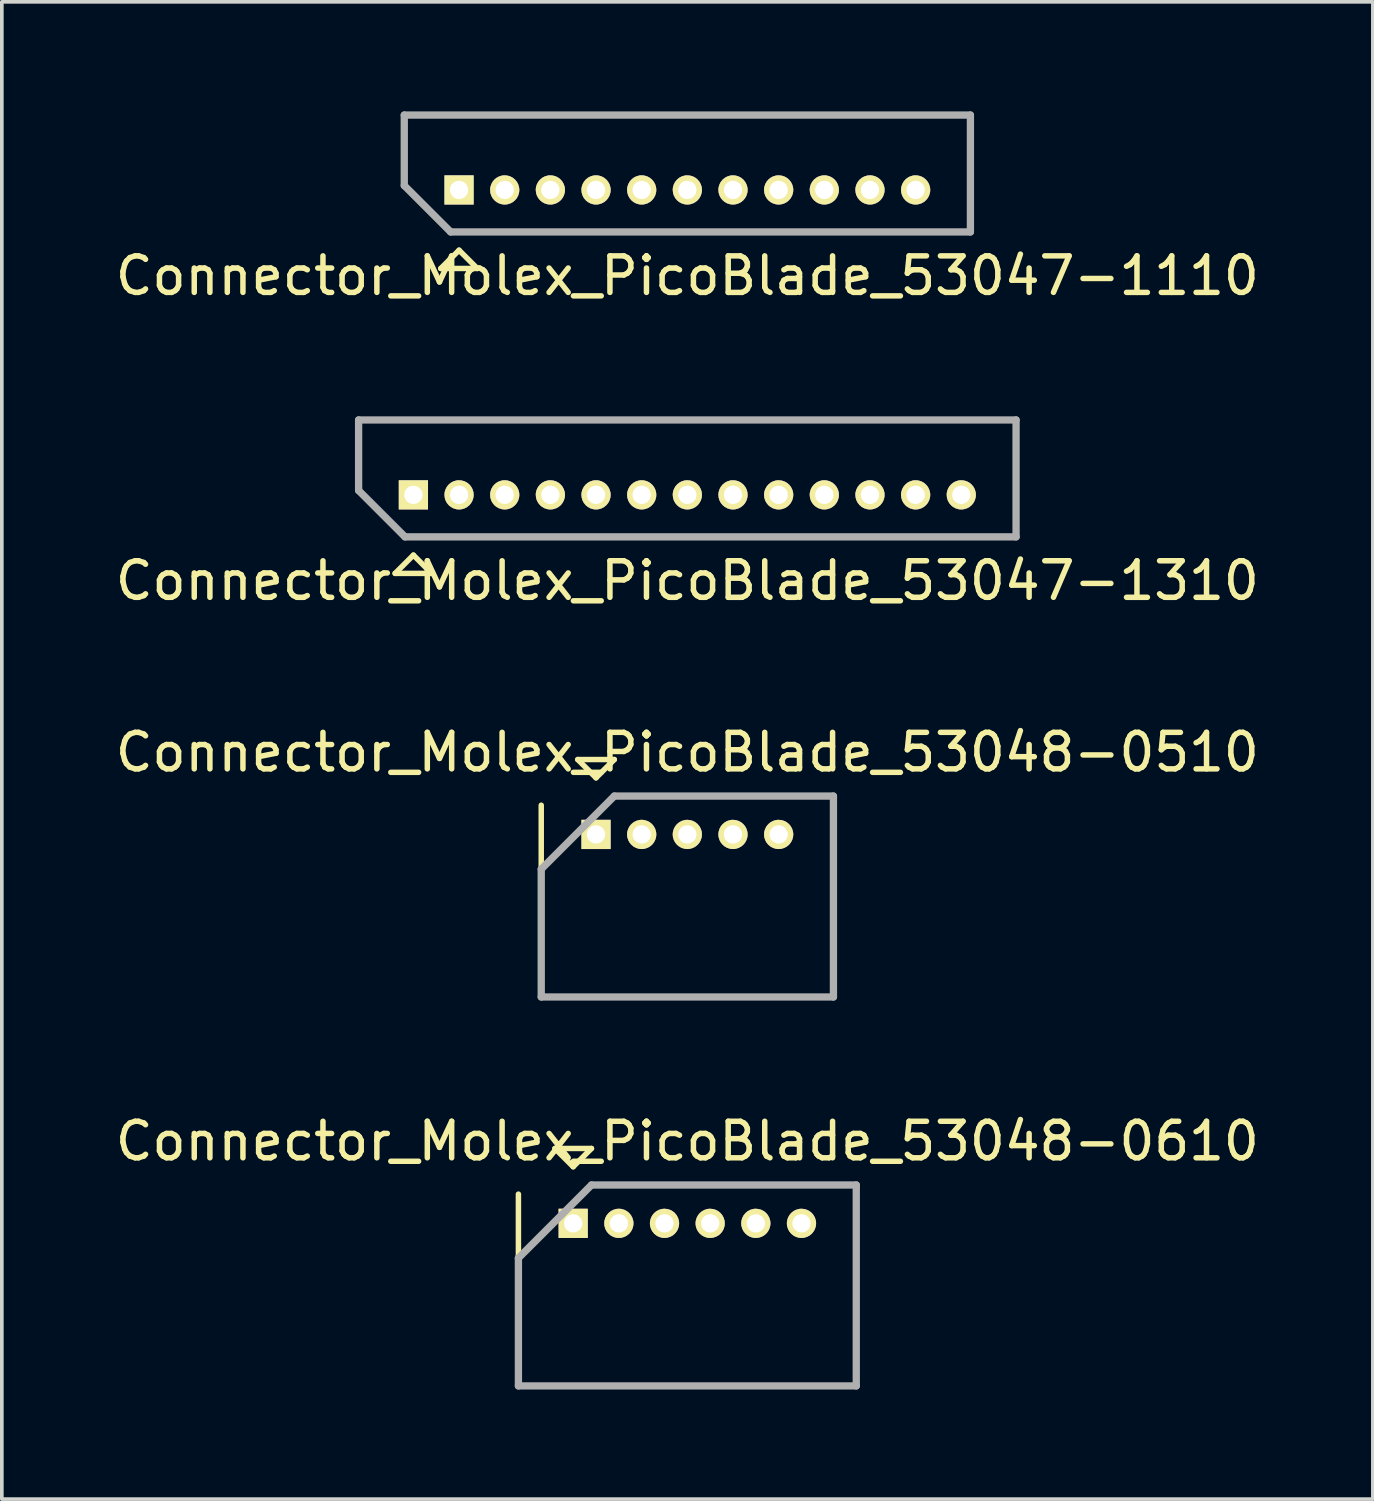
<source format=kicad_pcb>
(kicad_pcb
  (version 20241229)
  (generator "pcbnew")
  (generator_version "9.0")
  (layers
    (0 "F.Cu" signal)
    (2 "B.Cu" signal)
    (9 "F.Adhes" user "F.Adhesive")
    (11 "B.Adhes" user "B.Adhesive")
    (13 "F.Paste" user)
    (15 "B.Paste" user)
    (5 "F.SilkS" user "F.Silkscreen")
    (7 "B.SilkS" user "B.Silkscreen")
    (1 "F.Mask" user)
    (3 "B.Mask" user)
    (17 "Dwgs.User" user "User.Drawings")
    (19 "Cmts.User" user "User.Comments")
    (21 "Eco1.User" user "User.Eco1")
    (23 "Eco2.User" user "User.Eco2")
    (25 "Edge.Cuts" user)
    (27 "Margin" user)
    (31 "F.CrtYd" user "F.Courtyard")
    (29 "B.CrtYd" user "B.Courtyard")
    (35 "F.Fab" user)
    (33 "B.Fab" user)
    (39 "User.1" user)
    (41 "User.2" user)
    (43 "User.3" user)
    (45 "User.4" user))
  (footprint "Connector_Molex_PicoBlade_53047-1310"
    (layer "F.Cu")
    (at 8.268 10.498)
    (property "Reference" "Connector_Molex_PicoBlade_53047-1310" (at 7.5 2.35 0) (layer "F.SilkS") (effects (font (size 1 1) (thickness 0.15))))
    (attr through_hole)
    (fp_line (start -1.5 -2.05) (end 16.5 -2.05) (stroke (width 0.15) (type solid)) (layer "F.SilkS"))
    (fp_line (start -1.5 -0.12) (end -1.5 -2.05) (stroke (width 0.15) (type solid)) (layer "F.SilkS"))
    (fp_line (start -0.5 2.15) (end 0 1.65) (stroke (width 0.15) (type solid)) (layer "F.SilkS"))
    (fp_line (start 0 1.65) (end 0.5 2.15) (stroke (width 0.15) (type solid)) (layer "F.SilkS"))
    (fp_line (start 0.5 2.15) (end -0.5 2.15) (stroke (width 0.15) (type solid)) (layer "F.SilkS"))
    (fp_line (start 16.5 -2.05) (end 16.5 1.15) (stroke (width 0.15) (type solid)) (layer "F.SilkS"))
    (fp_line (start 16.5 1.15) (end -0.23 1.15) (stroke (width 0.15) (type solid)) (layer "F.SilkS"))
    (fp_line (start -1.5 -2.05) (end 16.5 -2.05) (stroke (width 0.2) (type solid)) (layer "F.Fab"))
    (fp_line (start -1.5 -0.12) (end -1.5 -2.05) (stroke (width 0.2) (type solid)) (layer "F.Fab"))
    (fp_line (start -0.23 1.15) (end -1.5 -0.12) (stroke (width 0.2) (type solid)) (layer "F.Fab"))
    (fp_line (start 16.5 -2.05) (end 16.5 1.15) (stroke (width 0.2) (type solid)) (layer "F.Fab"))
    (fp_line (start 16.5 1.15) (end -0.23 1.15) (stroke (width 0.2) (type solid)) (layer "F.Fab"))
    (pad "1" thru_hole rect (at 0 0) (size 0.8 0.8) (drill 0.5) (layers "*.Cu" "*.Mask" "F.SilkS"))
    (pad "2" thru_hole oval (at 1.25 0) (size 0.8 0.8) (drill 0.5) (layers "*.Cu" "*.Mask" "F.SilkS"))
    (pad "3" thru_hole oval (at 2.5 0) (size 0.8 0.8) (drill 0.5) (layers "*.Cu" "*.Mask" "F.SilkS"))
    (pad "4" thru_hole oval (at 3.75 0) (size 0.8 0.8) (drill 0.5) (layers "*.Cu" "*.Mask" "F.SilkS"))
    (pad "5" thru_hole oval (at 5 0) (size 0.8 0.8) (drill 0.5) (layers "*.Cu" "*.Mask" "F.SilkS"))
    (pad "6" thru_hole oval (at 6.25 0) (size 0.8 0.8) (drill 0.5) (layers "*.Cu" "*.Mask" "F.SilkS"))
    (pad "7" thru_hole oval (at 7.5 0) (size 0.8 0.8) (drill 0.5) (layers "*.Cu" "*.Mask" "F.SilkS"))
    (pad "8" thru_hole oval (at 8.75 0) (size 0.8 0.8) (drill 0.5) (layers "*.Cu" "*.Mask" "F.SilkS"))
    (pad "9" thru_hole oval (at 10 0) (size 0.8 0.8) (drill 0.5) (layers "*.Cu" "*.Mask" "F.SilkS"))
    (pad "10" thru_hole oval (at 11.25 0) (size 0.8 0.8) (drill 0.5) (layers "*.Cu" "*.Mask" "F.SilkS"))
    (pad "11" thru_hole oval (at 12.5 0) (size 0.8 0.8) (drill 0.5) (layers "*.Cu" "*.Mask" "F.SilkS"))
    (pad "12" thru_hole oval (at 13.75 0) (size 0.8 0.8) (drill 0.5) (layers "*.Cu" "*.Mask" "F.SilkS"))
    (pad "13" thru_hole oval (at 15 0) (size 0.8 0.8) (drill 0.5) (layers "*.Cu" "*.Mask" "F.SilkS")))
  (footprint "Connector_Molex_PicoBlade_53048-0610"
    (layer "F.Cu")
    (at 12.643 30.443)
    (property "Reference" "Connector_Molex_PicoBlade_53048-0610" (at 3.125 -2.25 0) (layer "F.SilkS") (effects (font (size 1 1) (thickness 0.15))))
    (attr through_hole)
    (fp_line (start -1.5 -0.8) (end -1.5 4.45) (stroke (width 0.15) (type solid)) (layer "F.SilkS"))
    (fp_line (start -1.5 4.45) (end 7.75 4.45) (stroke (width 0.15) (type solid)) (layer "F.SilkS"))
    (fp_line (start -0.5 -2.05) (end 0.5 -2.05) (stroke (width 0.15) (type solid)) (layer "F.SilkS"))
    (fp_line (start 0 -1.55) (end -0.5 -2.05) (stroke (width 0.15) (type solid)) (layer "F.SilkS"))
    (fp_line (start 0.5 -2.05) (end 0 -1.55) (stroke (width 0.15) (type solid)) (layer "F.SilkS"))
    (fp_line (start 7.75 4.45) (end 7.75 0.8) (stroke (width 0.15) (type solid)) (layer "F.SilkS"))
    (fp_line (start -1.5 0.95) (end -1.5 4.45) (stroke (width 0.2) (type solid)) (layer "F.Fab"))
    (fp_line (start -1.5 4.45) (end 7.75 4.45) (stroke (width 0.2) (type solid)) (layer "F.Fab"))
    (fp_line (start 0.5 -1.05) (end -1.5 0.95) (stroke (width 0.2) (type solid)) (layer "F.Fab"))
    (fp_line (start 7.75 -1.05) (end 0.5 -1.05) (stroke (width 0.2) (type solid)) (layer "F.Fab"))
    (fp_line (start 7.75 4.45) (end 7.75 -1.05) (stroke (width 0.2) (type solid)) (layer "F.Fab"))
    (pad "1" thru_hole rect (at 0 0) (size 0.8 0.8) (drill 0.5) (layers "*.Cu" "*.Mask" "F.SilkS"))
    (pad "2" thru_hole oval (at 1.25 0) (size 0.8 0.8) (drill 0.5) (layers "*.Cu" "*.Mask" "F.SilkS"))
    (pad "3" thru_hole oval (at 2.5 0) (size 0.8 0.8) (drill 0.5) (layers "*.Cu" "*.Mask" "F.SilkS"))
    (pad "4" thru_hole oval (at 3.75 0) (size 0.8 0.8) (drill 0.5) (layers "*.Cu" "*.Mask" "F.SilkS"))
    (pad "5" thru_hole oval (at 5 0) (size 0.8 0.8) (drill 0.5) (layers "*.Cu" "*.Mask" "F.SilkS"))
    (pad "6" thru_hole oval (at 6.25 0) (size 0.8 0.8) (drill 0.5) (layers "*.Cu" "*.Mask" "F.SilkS")))
  (footprint "Connector_Molex_PicoBlade_53047-1110"
    (layer "F.Cu")
    (at 9.518 2.15)
    (property "Reference" "Connector_Molex_PicoBlade_53047-1110" (at 6.25 2.35 0) (layer "F.SilkS") (effects (font (size 1 1) (thickness 0.15))))
    (attr through_hole)
    (fp_line (start -1.5 -2.05) (end 14 -2.05) (stroke (width 0.15) (type solid)) (layer "F.SilkS"))
    (fp_line (start -1.5 -0.12) (end -1.5 -2.05) (stroke (width 0.15) (type solid)) (layer "F.SilkS"))
    (fp_line (start -0.5 2.15) (end 0 1.65) (stroke (width 0.15) (type solid)) (layer "F.SilkS"))
    (fp_line (start 0 1.65) (end 0.5 2.15) (stroke (width 0.15) (type solid)) (layer "F.SilkS"))
    (fp_line (start 0.5 2.15) (end -0.5 2.15) (stroke (width 0.15) (type solid)) (layer "F.SilkS"))
    (fp_line (start 14 -2.05) (end 14 1.15) (stroke (width 0.15) (type solid)) (layer "F.SilkS"))
    (fp_line (start 14 1.15) (end -0.23 1.15) (stroke (width 0.15) (type solid)) (layer "F.SilkS"))
    (fp_line (start -1.5 -2.05) (end 14 -2.05) (stroke (width 0.2) (type solid)) (layer "F.Fab"))
    (fp_line (start -1.5 -0.12) (end -1.5 -2.05) (stroke (width 0.2) (type solid)) (layer "F.Fab"))
    (fp_line (start -0.23 1.15) (end -1.5 -0.12) (stroke (width 0.2) (type solid)) (layer "F.Fab"))
    (fp_line (start 14 -2.05) (end 14 1.15) (stroke (width 0.2) (type solid)) (layer "F.Fab"))
    (fp_line (start 14 1.15) (end -0.23 1.15) (stroke (width 0.2) (type solid)) (layer "F.Fab"))
    (pad "1" thru_hole rect (at 0 0) (size 0.8 0.8) (drill 0.5) (layers "*.Cu" "*.Mask" "F.SilkS"))
    (pad "2" thru_hole oval (at 1.25 0) (size 0.8 0.8) (drill 0.5) (layers "*.Cu" "*.Mask" "F.SilkS"))
    (pad "3" thru_hole oval (at 2.5 0) (size 0.8 0.8) (drill 0.5) (layers "*.Cu" "*.Mask" "F.SilkS"))
    (pad "4" thru_hole oval (at 3.75 0) (size 0.8 0.8) (drill 0.5) (layers "*.Cu" "*.Mask" "F.SilkS"))
    (pad "5" thru_hole oval (at 5 0) (size 0.8 0.8) (drill 0.5) (layers "*.Cu" "*.Mask" "F.SilkS"))
    (pad "6" thru_hole oval (at 6.25 0) (size 0.8 0.8) (drill 0.5) (layers "*.Cu" "*.Mask" "F.SilkS"))
    (pad "7" thru_hole oval (at 7.5 0) (size 0.8 0.8) (drill 0.5) (layers "*.Cu" "*.Mask" "F.SilkS"))
    (pad "8" thru_hole oval (at 8.75 0) (size 0.8 0.8) (drill 0.5) (layers "*.Cu" "*.Mask" "F.SilkS"))
    (pad "9" thru_hole oval (at 10 0) (size 0.8 0.8) (drill 0.5) (layers "*.Cu" "*.Mask" "F.SilkS"))
    (pad "10" thru_hole oval (at 11.25 0) (size 0.8 0.8) (drill 0.5) (layers "*.Cu" "*.Mask" "F.SilkS"))
    (pad "11" thru_hole oval (at 12.5 0) (size 0.8 0.8) (drill 0.5) (layers "*.Cu" "*.Mask" "F.SilkS")))
  (footprint "Connector_Molex_PicoBlade_53048-0510"
    (layer "F.Cu")
    (at 13.268 19.795)
    (property "Reference" "Connector_Molex_PicoBlade_53048-0510" (at 2.5 -2.25 0) (layer "F.SilkS") (effects (font (size 1 1) (thickness 0.15))))
    (attr through_hole)
    (fp_line (start -1.5 -0.8) (end -1.5 4.45) (stroke (width 0.15) (type solid)) (layer "F.SilkS"))
    (fp_line (start -1.5 4.45) (end 6.5 4.45) (stroke (width 0.15) (type solid)) (layer "F.SilkS"))
    (fp_line (start -0.5 -2.05) (end 0.5 -2.05) (stroke (width 0.15) (type solid)) (layer "F.SilkS"))
    (fp_line (start 0 -1.55) (end -0.5 -2.05) (stroke (width 0.15) (type solid)) (layer "F.SilkS"))
    (fp_line (start 0.5 -2.05) (end 0 -1.55) (stroke (width 0.15) (type solid)) (layer "F.SilkS"))
    (fp_line (start 6.5 4.45) (end 6.5 0.8) (stroke (width 0.15) (type solid)) (layer "F.SilkS"))
    (fp_line (start -1.5 0.95) (end -1.5 4.45) (stroke (width 0.2) (type solid)) (layer "F.Fab"))
    (fp_line (start -1.5 4.45) (end 6.5 4.45) (stroke (width 0.2) (type solid)) (layer "F.Fab"))
    (fp_line (start 0.5 -1.05) (end -1.5 0.95) (stroke (width 0.2) (type solid)) (layer "F.Fab"))
    (fp_line (start 6.5 -1.05) (end 0.5 -1.05) (stroke (width 0.2) (type solid)) (layer "F.Fab"))
    (fp_line (start 6.5 4.45) (end 6.5 -1.05) (stroke (width 0.2) (type solid)) (layer "F.Fab"))
    (pad "1" thru_hole rect (at 0 0) (size 0.8 0.8) (drill 0.5) (layers "*.Cu" "*.Mask" "F.SilkS"))
    (pad "2" thru_hole oval (at 1.25 0) (size 0.8 0.8) (drill 0.5) (layers "*.Cu" "*.Mask" "F.SilkS"))
    (pad "3" thru_hole oval (at 2.5 0) (size 0.8 0.8) (drill 0.5) (layers "*.Cu" "*.Mask" "F.SilkS"))
    (pad "4" thru_hole oval (at 3.75 0) (size 0.8 0.8) (drill 0.5) (layers "*.Cu" "*.Mask" "F.SilkS"))
    (pad "5" thru_hole oval (at 5 0) (size 0.8 0.8) (drill 0.5) (layers "*.Cu" "*.Mask" "F.SilkS")))
  (gr_rect
    (start -3 -3)
    (end 34.536 37.993)
    (stroke (width 0.1) (type default))
    (fill no)
    (layer "Edge.Cuts")))
</source>
